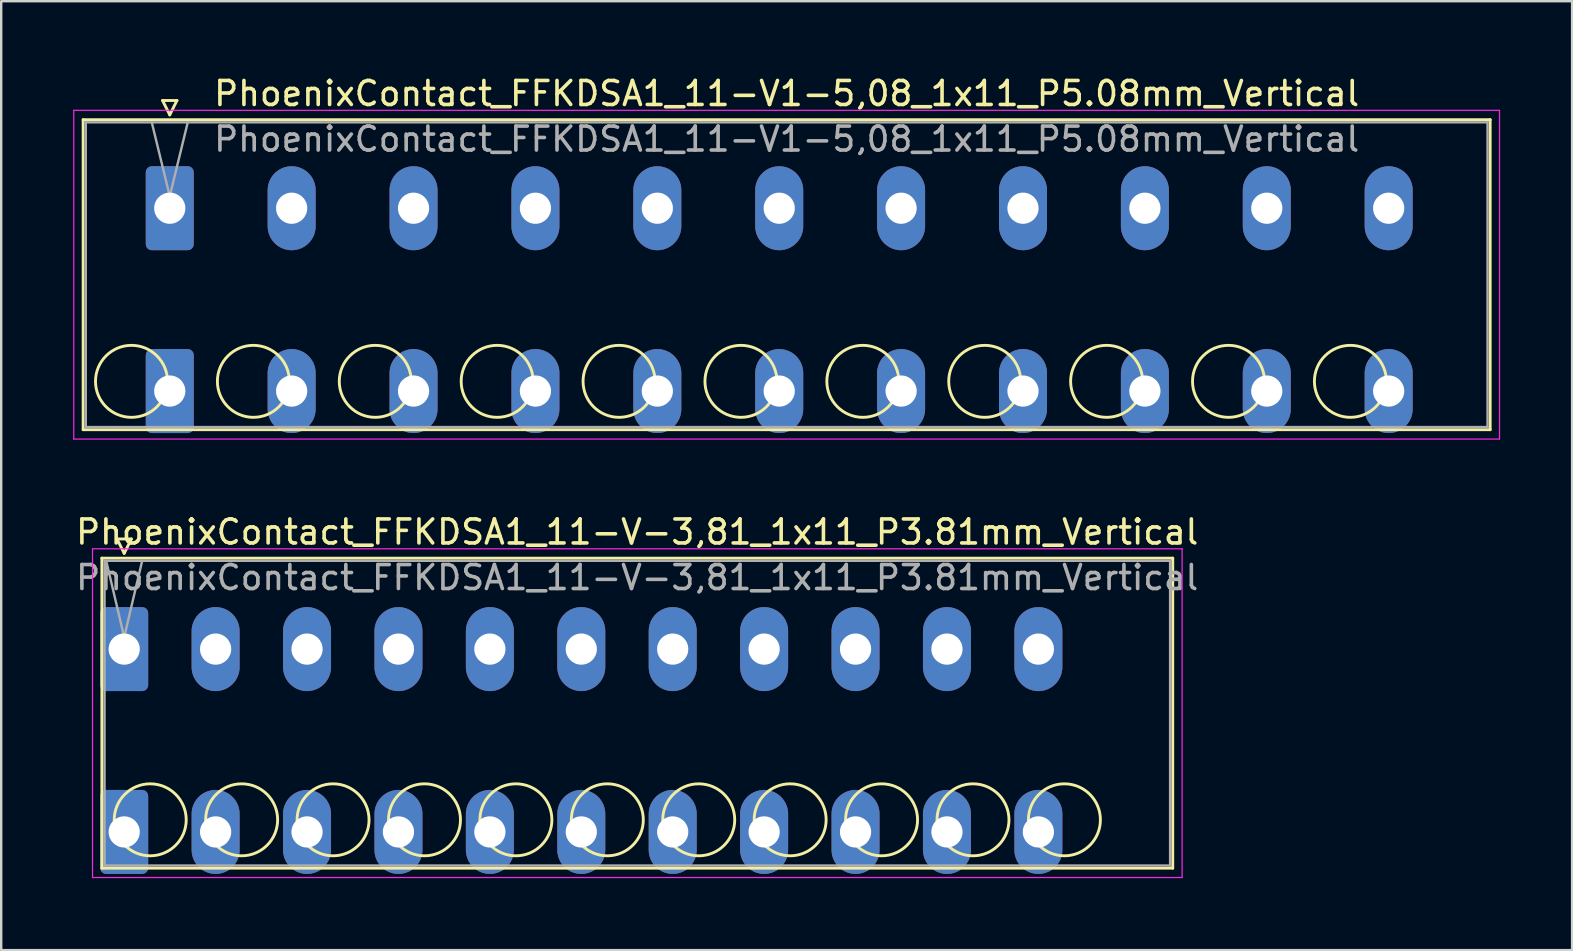
<source format=kicad_pcb>
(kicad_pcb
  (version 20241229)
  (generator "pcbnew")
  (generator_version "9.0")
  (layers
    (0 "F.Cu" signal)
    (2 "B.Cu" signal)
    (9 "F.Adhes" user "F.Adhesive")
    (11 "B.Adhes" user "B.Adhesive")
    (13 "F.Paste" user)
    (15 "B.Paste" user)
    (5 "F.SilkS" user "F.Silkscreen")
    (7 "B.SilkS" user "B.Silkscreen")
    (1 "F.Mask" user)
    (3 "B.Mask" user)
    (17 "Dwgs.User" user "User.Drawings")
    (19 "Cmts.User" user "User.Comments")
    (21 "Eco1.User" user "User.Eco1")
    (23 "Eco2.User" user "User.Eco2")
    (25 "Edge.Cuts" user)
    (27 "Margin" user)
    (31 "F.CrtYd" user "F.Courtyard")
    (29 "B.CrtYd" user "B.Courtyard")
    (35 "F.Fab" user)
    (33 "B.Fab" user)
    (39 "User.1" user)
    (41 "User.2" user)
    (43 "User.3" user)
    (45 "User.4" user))
  (footprint "PhoenixContact_FFKDSA1_11-V-3,81_1x11_P3.81mm_Vertical"
    (layer "F.Cu")
    (at 2.126 24.002)
    (property "Reference" "PhoenixContact_FFKDSA1_11-V-3,81_1x11_P3.81mm_Vertical" (at 21.38 -4.88 0) (layer "F.SilkS") (effects (font (size 1 1) (thickness 0.15))))
    (attr through_hole)
    (fp_line (start -0.93 -3.79) (end -0.93 9.13) (stroke (width 0.12) (type solid)) (layer "F.SilkS"))
    (fp_line (start -0.93 9.13) (end 43.7 9.13) (stroke (width 0.12) (type solid)) (layer "F.SilkS"))
    (fp_line (start -0.3 -4.59) (end 0.3 -4.59) (stroke (width 0.12) (type solid)) (layer "F.SilkS"))
    (fp_line (start 0 -3.99) (end -0.3 -4.59) (stroke (width 0.12) (type solid)) (layer "F.SilkS"))
    (fp_line (start 0.3 -4.59) (end 0 -3.99) (stroke (width 0.12) (type solid)) (layer "F.SilkS"))
    (fp_line (start 43.7 -3.79) (end -0.93 -3.79) (stroke (width 0.12) (type solid)) (layer "F.SilkS"))
    (fp_line (start 43.7 9.13) (end 43.7 -3.79) (stroke (width 0.12) (type solid)) (layer "F.SilkS"))
    (fp_circle (center 1.085 7.115) (end 2.585 7.115) (stroke (width 0.12) (type solid)) (fill no) (layer "F.SilkS"))
    (fp_circle (center 4.895 7.115) (end 6.395 7.115) (stroke (width 0.12) (type solid)) (fill no) (layer "F.SilkS"))
    (fp_circle (center 8.705 7.115) (end 10.205 7.115) (stroke (width 0.12) (type solid)) (fill no) (layer "F.SilkS"))
    (fp_circle (center 12.515 7.115) (end 14.015 7.115) (stroke (width 0.12) (type solid)) (fill no) (layer "F.SilkS"))
    (fp_circle (center 16.325 7.115) (end 17.825 7.115) (stroke (width 0.12) (type solid)) (fill no) (layer "F.SilkS"))
    (fp_circle (center 20.135 7.115) (end 21.635 7.115) (stroke (width 0.12) (type solid)) (fill no) (layer "F.SilkS"))
    (fp_circle (center 23.945 7.115) (end 25.445 7.115) (stroke (width 0.12) (type solid)) (fill no) (layer "F.SilkS"))
    (fp_circle (center 27.755 7.115) (end 29.255 7.115) (stroke (width 0.12) (type solid)) (fill no) (layer "F.SilkS"))
    (fp_circle (center 31.565 7.115) (end 33.065 7.115) (stroke (width 0.12) (type solid)) (fill no) (layer "F.SilkS"))
    (fp_circle (center 35.375 7.115) (end 36.875 7.115) (stroke (width 0.12) (type solid)) (fill no) (layer "F.SilkS"))
    (fp_circle (center 39.185 7.115) (end 40.685 7.115) (stroke (width 0.12) (type solid)) (fill no) (layer "F.SilkS"))
    (fp_line (start -1.32 -4.18) (end -1.32 9.52) (stroke (width 0.05) (type solid)) (layer "F.CrtYd"))
    (fp_line (start -1.32 9.52) (end 44.09 9.52) (stroke (width 0.05) (type solid)) (layer "F.CrtYd"))
    (fp_line (start 44.09 -4.18) (end -1.32 -4.18) (stroke (width 0.05) (type solid)) (layer "F.CrtYd"))
    (fp_line (start 44.09 9.52) (end 44.09 -4.18) (stroke (width 0.05) (type solid)) (layer "F.CrtYd"))
    (fp_line (start -0.82 -3.68) (end -0.82 9.02) (stroke (width 0.1) (type solid)) (layer "F.Fab"))
    (fp_line (start -0.82 9.02) (end 43.59 9.02) (stroke (width 0.1) (type solid)) (layer "F.Fab"))
    (fp_line (start 0 -0.5) (end -0.75 -3.68) (stroke (width 0.1) (type solid)) (layer "F.Fab"))
    (fp_line (start 0.75 -3.68) (end 0 -0.5) (stroke (width 0.1) (type solid)) (layer "F.Fab"))
    (fp_line (start 43.59 -3.68) (end -0.82 -3.68) (stroke (width 0.1) (type solid)) (layer "F.Fab"))
    (fp_line (start 43.59 9.02) (end 43.59 -3.68) (stroke (width 0.1) (type solid)) (layer "F.Fab"))
    (fp_text user "${REFERENCE}" (at 21.38 -2.98 0) (layer "F.Fab") (effects (font (size 1 1) (thickness 0.15))))
    (pad "1" thru_hole roundrect (at 0 0) (size 2 3.5) (drill 1.3) (layers "*.Cu" "*.Mask") (roundrect_rratio 0.125))
    (pad "1" thru_hole roundrect (at 0 7.62) (size 2 3.5) (drill 1.3) (layers "*.Cu" "*.Mask") (roundrect_rratio 0.125))
    (pad "2" thru_hole oval (at 3.81 0) (size 2 3.5) (drill 1.3) (layers "*.Cu" "*.Mask"))
    (pad "2" thru_hole oval (at 3.81 7.62) (size 2 3.5) (drill 1.3) (layers "*.Cu" "*.Mask"))
    (pad "3" thru_hole oval (at 7.62 0) (size 2 3.5) (drill 1.3) (layers "*.Cu" "*.Mask"))
    (pad "3" thru_hole oval (at 7.62 7.62) (size 2 3.5) (drill 1.3) (layers "*.Cu" "*.Mask"))
    (pad "4" thru_hole oval (at 11.43 0) (size 2 3.5) (drill 1.3) (layers "*.Cu" "*.Mask"))
    (pad "4" thru_hole oval (at 11.43 7.62) (size 2 3.5) (drill 1.3) (layers "*.Cu" "*.Mask"))
    (pad "5" thru_hole oval (at 15.24 0) (size 2 3.5) (drill 1.3) (layers "*.Cu" "*.Mask"))
    (pad "5" thru_hole oval (at 15.24 7.62) (size 2 3.5) (drill 1.3) (layers "*.Cu" "*.Mask"))
    (pad "6" thru_hole oval (at 19.05 0) (size 2 3.5) (drill 1.3) (layers "*.Cu" "*.Mask"))
    (pad "6" thru_hole oval (at 19.05 7.62) (size 2 3.5) (drill 1.3) (layers "*.Cu" "*.Mask"))
    (pad "7" thru_hole oval (at 22.86 0) (size 2 3.5) (drill 1.3) (layers "*.Cu" "*.Mask"))
    (pad "7" thru_hole oval (at 22.86 7.62) (size 2 3.5) (drill 1.3) (layers "*.Cu" "*.Mask"))
    (pad "8" thru_hole oval (at 26.67 0) (size 2 3.5) (drill 1.3) (layers "*.Cu" "*.Mask"))
    (pad "8" thru_hole oval (at 26.67 7.62) (size 2 3.5) (drill 1.3) (layers "*.Cu" "*.Mask"))
    (pad "9" thru_hole oval (at 30.48 0) (size 2 3.5) (drill 1.3) (layers "*.Cu" "*.Mask"))
    (pad "9" thru_hole oval (at 30.48 7.62) (size 2 3.5) (drill 1.3) (layers "*.Cu" "*.Mask"))
    (pad "10" thru_hole oval (at 34.29 0) (size 2 3.5) (drill 1.3) (layers "*.Cu" "*.Mask"))
    (pad "10" thru_hole oval (at 34.29 7.62) (size 2 3.5) (drill 1.3) (layers "*.Cu" "*.Mask"))
    (pad "11" thru_hole oval (at 38.1 0) (size 2 3.5) (drill 1.3) (layers "*.Cu" "*.Mask"))
    (pad "11" thru_hole oval (at 38.1 7.62) (size 2 3.5) (drill 1.3) (layers "*.Cu" "*.Mask")))
  (footprint "PhoenixContact_FFKDSA1_11-V1-5,08_1x11_P5.08mm_Vertical"
    (layer "F.Cu")
    (at 4.025 5.628)
    (property "Reference" "PhoenixContact_FFKDSA1_11-V1-5,08_1x11_P5.08mm_Vertical" (at 25.71 -4.78 0) (layer "F.SilkS") (effects (font (size 1 1) (thickness 0.15))))
    (attr through_hole)
    (fp_line (start -3.61 -3.69) (end -3.61 9.23) (stroke (width 0.12) (type solid)) (layer "F.SilkS"))
    (fp_line (start -3.61 9.23) (end 55.03 9.23) (stroke (width 0.12) (type solid)) (layer "F.SilkS"))
    (fp_line (start -0.3 -4.49) (end 0.3 -4.49) (stroke (width 0.12) (type solid)) (layer "F.SilkS"))
    (fp_line (start 0 -3.89) (end -0.3 -4.49) (stroke (width 0.12) (type solid)) (layer "F.SilkS"))
    (fp_line (start 0.3 -4.49) (end 0 -3.89) (stroke (width 0.12) (type solid)) (layer "F.SilkS"))
    (fp_line (start 55.03 -3.69) (end -3.61 -3.69) (stroke (width 0.12) (type solid)) (layer "F.SilkS"))
    (fp_line (start 55.03 9.23) (end 55.03 -3.69) (stroke (width 0.12) (type solid)) (layer "F.SilkS"))
    (fp_circle (center -1.595 7.215) (end -0.095 7.215) (stroke (width 0.12) (type solid)) (fill no) (layer "F.SilkS"))
    (fp_circle (center 3.485 7.215) (end 4.985 7.215) (stroke (width 0.12) (type solid)) (fill no) (layer "F.SilkS"))
    (fp_circle (center 8.565 7.215) (end 10.065 7.215) (stroke (width 0.12) (type solid)) (fill no) (layer "F.SilkS"))
    (fp_circle (center 13.645 7.215) (end 15.145 7.215) (stroke (width 0.12) (type solid)) (fill no) (layer "F.SilkS"))
    (fp_circle (center 18.725 7.215) (end 20.225 7.215) (stroke (width 0.12) (type solid)) (fill no) (layer "F.SilkS"))
    (fp_circle (center 23.805 7.215) (end 25.305 7.215) (stroke (width 0.12) (type solid)) (fill no) (layer "F.SilkS"))
    (fp_circle (center 28.885 7.215) (end 30.385 7.215) (stroke (width 0.12) (type solid)) (fill no) (layer "F.SilkS"))
    (fp_circle (center 33.965 7.215) (end 35.465 7.215) (stroke (width 0.12) (type solid)) (fill no) (layer "F.SilkS"))
    (fp_circle (center 39.045 7.215) (end 40.545 7.215) (stroke (width 0.12) (type solid)) (fill no) (layer "F.SilkS"))
    (fp_circle (center 44.125 7.215) (end 45.625 7.215) (stroke (width 0.12) (type solid)) (fill no) (layer "F.SilkS"))
    (fp_circle (center 49.205 7.215) (end 50.705 7.215) (stroke (width 0.12) (type solid)) (fill no) (layer "F.SilkS"))
    (fp_line (start -4 -4.08) (end -4 9.62) (stroke (width 0.05) (type solid)) (layer "F.CrtYd"))
    (fp_line (start -4 9.62) (end 55.42 9.62) (stroke (width 0.05) (type solid)) (layer "F.CrtYd"))
    (fp_line (start 55.42 -4.08) (end -4 -4.08) (stroke (width 0.05) (type solid)) (layer "F.CrtYd"))
    (fp_line (start 55.42 9.62) (end 55.42 -4.08) (stroke (width 0.05) (type solid)) (layer "F.CrtYd"))
    (fp_line (start -3.5 -3.58) (end -3.5 9.12) (stroke (width 0.1) (type solid)) (layer "F.Fab"))
    (fp_line (start -3.5 9.12) (end 54.92 9.12) (stroke (width 0.1) (type solid)) (layer "F.Fab"))
    (fp_line (start 0 -0.5) (end -0.75 -3.58) (stroke (width 0.1) (type solid)) (layer "F.Fab"))
    (fp_line (start 0.75 -3.58) (end 0 -0.5) (stroke (width 0.1) (type solid)) (layer "F.Fab"))
    (fp_line (start 54.92 -3.58) (end -3.5 -3.58) (stroke (width 0.1) (type solid)) (layer "F.Fab"))
    (fp_line (start 54.92 9.12) (end 54.92 -3.58) (stroke (width 0.1) (type solid)) (layer "F.Fab"))
    (fp_text user "${REFERENCE}" (at 25.71 -2.88 0) (layer "F.Fab") (effects (font (size 1 1) (thickness 0.15))))
    (pad "1" thru_hole roundrect (at 0 0) (size 2 3.5) (drill 1.3) (layers "*.Cu" "*.Mask") (roundrect_rratio 0.125))
    (pad "1" thru_hole roundrect (at 0 7.62) (size 2 3.5) (drill 1.3) (layers "*.Cu" "*.Mask") (roundrect_rratio 0.125))
    (pad "2" thru_hole oval (at 5.08 0) (size 2 3.5) (drill 1.3) (layers "*.Cu" "*.Mask"))
    (pad "2" thru_hole oval (at 5.08 7.62) (size 2 3.5) (drill 1.3) (layers "*.Cu" "*.Mask"))
    (pad "3" thru_hole oval (at 10.16 0) (size 2 3.5) (drill 1.3) (layers "*.Cu" "*.Mask"))
    (pad "3" thru_hole oval (at 10.16 7.62) (size 2 3.5) (drill 1.3) (layers "*.Cu" "*.Mask"))
    (pad "4" thru_hole oval (at 15.24 0) (size 2 3.5) (drill 1.3) (layers "*.Cu" "*.Mask"))
    (pad "4" thru_hole oval (at 15.24 7.62) (size 2 3.5) (drill 1.3) (layers "*.Cu" "*.Mask"))
    (pad "5" thru_hole oval (at 20.32 0) (size 2 3.5) (drill 1.3) (layers "*.Cu" "*.Mask"))
    (pad "5" thru_hole oval (at 20.32 7.62) (size 2 3.5) (drill 1.3) (layers "*.Cu" "*.Mask"))
    (pad "6" thru_hole oval (at 25.4 0) (size 2 3.5) (drill 1.3) (layers "*.Cu" "*.Mask"))
    (pad "6" thru_hole oval (at 25.4 7.62) (size 2 3.5) (drill 1.3) (layers "*.Cu" "*.Mask"))
    (pad "7" thru_hole oval (at 30.48 0) (size 2 3.5) (drill 1.3) (layers "*.Cu" "*.Mask"))
    (pad "7" thru_hole oval (at 30.48 7.62) (size 2 3.5) (drill 1.3) (layers "*.Cu" "*.Mask"))
    (pad "8" thru_hole oval (at 35.56 0) (size 2 3.5) (drill 1.3) (layers "*.Cu" "*.Mask"))
    (pad "8" thru_hole oval (at 35.56 7.62) (size 2 3.5) (drill 1.3) (layers "*.Cu" "*.Mask"))
    (pad "9" thru_hole oval (at 40.64 0) (size 2 3.5) (drill 1.3) (layers "*.Cu" "*.Mask"))
    (pad "9" thru_hole oval (at 40.64 7.62) (size 2 3.5) (drill 1.3) (layers "*.Cu" "*.Mask"))
    (pad "10" thru_hole oval (at 45.72 0) (size 2 3.5) (drill 1.3) (layers "*.Cu" "*.Mask"))
    (pad "10" thru_hole oval (at 45.72 7.62) (size 2 3.5) (drill 1.3) (layers "*.Cu" "*.Mask"))
    (pad "11" thru_hole oval (at 50.8 0) (size 2 3.5) (drill 1.3) (layers "*.Cu" "*.Mask"))
    (pad "11" thru_hole oval (at 50.8 7.62) (size 2 3.5) (drill 1.3) (layers "*.Cu" "*.Mask")))
  (gr_rect
    (start -3 -3)
    (end 62.47 36.547)
    (stroke (width 0.1) (type default))
    (fill no)
    (layer "Edge.Cuts")))
</source>
